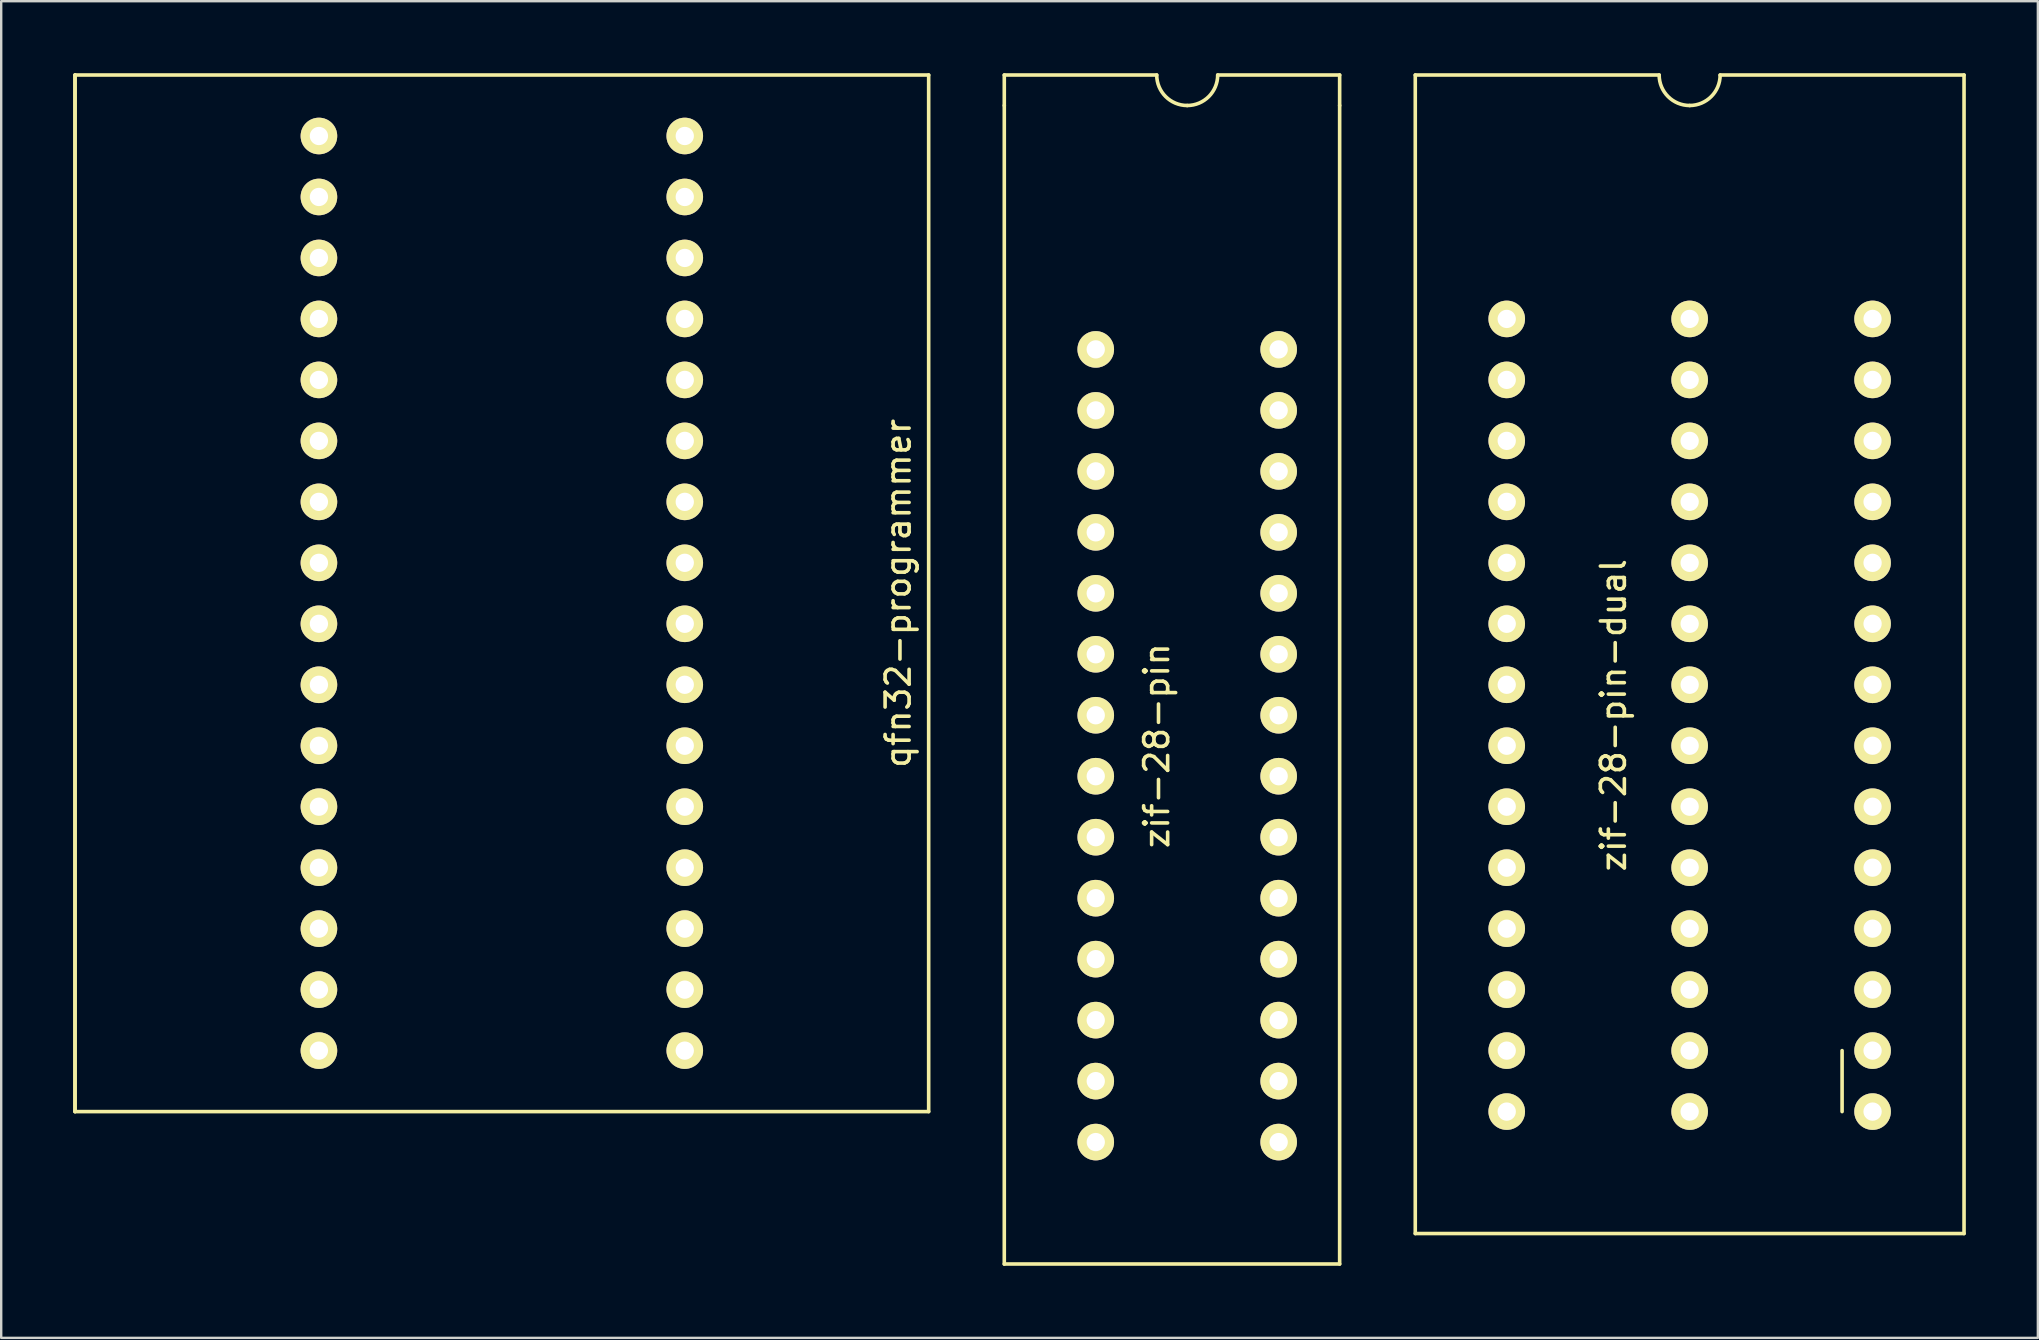
<source format=kicad_pcb>
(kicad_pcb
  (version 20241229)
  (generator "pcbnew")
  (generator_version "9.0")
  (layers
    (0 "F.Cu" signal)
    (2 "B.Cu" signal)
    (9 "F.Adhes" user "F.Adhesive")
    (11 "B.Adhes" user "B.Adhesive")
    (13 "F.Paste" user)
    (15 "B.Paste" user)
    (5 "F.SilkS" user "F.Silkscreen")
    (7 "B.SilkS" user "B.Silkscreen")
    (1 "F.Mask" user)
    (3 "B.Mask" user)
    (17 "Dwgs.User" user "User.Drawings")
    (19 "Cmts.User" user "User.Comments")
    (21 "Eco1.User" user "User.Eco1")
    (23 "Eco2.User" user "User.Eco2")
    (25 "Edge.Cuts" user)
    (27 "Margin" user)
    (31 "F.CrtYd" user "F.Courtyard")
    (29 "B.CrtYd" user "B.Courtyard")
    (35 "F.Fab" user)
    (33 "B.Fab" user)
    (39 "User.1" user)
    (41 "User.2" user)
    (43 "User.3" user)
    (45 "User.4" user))
  (footprint "zif-28-pin-dual"
    (layer "F.Cu")
    (at 67.335 26.745)
    (property "Reference" "zif-28-pin-dual" (at -3.175 0 270) (layer "F.SilkS") (effects (font (size 1 1) (thickness 0.15))))
    (attr through_hole)
    (fp_line (start -11.43 -26.67) (end -11.43 21.59) (stroke (width 0.15) (type solid)) (layer "F.SilkS"))
    (fp_line (start -11.43 -26.67) (end -1.27 -26.67) (stroke (width 0.15) (type solid)) (layer "F.SilkS"))
    (fp_line (start 1.27 -26.67) (end 11.43 -26.67) (stroke (width 0.15) (type solid)) (layer "F.SilkS"))
    (fp_line (start 6.35 13.97) (end 6.35 16.51) (stroke (width 0.15) (type solid)) (layer "F.SilkS"))
    (fp_line (start 11.43 -26.67) (end 11.43 21.59) (stroke (width 0.15) (type solid)) (layer "F.SilkS"))
    (fp_line (start 11.43 21.59) (end -11.43 21.59) (stroke (width 0.15) (type solid)) (layer "F.SilkS"))
    (fp_arc (start 0 -25.4) (mid -0.898026 -25.771974) (end -1.27 -26.67) (stroke (width 0.15) (type solid)) (layer "F.SilkS"))
    (fp_arc (start 1.27 -26.67) (mid 0.898026 -25.771974) (end 0 -25.4) (stroke (width 0.15) (type solid)) (layer "F.SilkS"))
    (pad "1" thru_hole circle (at -7.62 -16.51) (size 1.524 1.524) (drill 0.762) (layers "*.Cu" "*.Mask" "F.SilkS"))
    (pad "2" thru_hole circle (at -7.62 -13.97) (size 1.524 1.524) (drill 0.762) (layers "*.Cu" "*.Mask" "F.SilkS"))
    (pad "3" thru_hole circle (at -7.62 -11.43) (size 1.524 1.524) (drill 0.762) (layers "*.Cu" "*.Mask" "F.SilkS"))
    (pad "4" thru_hole circle (at -7.62 -8.89) (size 1.524 1.524) (drill 0.762) (layers "*.Cu" "*.Mask" "F.SilkS"))
    (pad "5" thru_hole circle (at -7.62 -6.35) (size 1.524 1.524) (drill 0.762) (layers "*.Cu" "*.Mask" "F.SilkS"))
    (pad "6" thru_hole circle (at -7.62 -3.81) (size 1.524 1.524) (drill 0.762) (layers "*.Cu" "*.Mask" "F.SilkS"))
    (pad "7" thru_hole circle (at -7.62 -1.27) (size 1.524 1.524) (drill 0.762) (layers "*.Cu" "*.Mask" "F.SilkS"))
    (pad "8" thru_hole circle (at -7.62 1.27) (size 1.524 1.524) (drill 0.762) (layers "*.Cu" "*.Mask" "F.SilkS"))
    (pad "9" thru_hole circle (at -7.62 3.81) (size 1.524 1.524) (drill 0.762) (layers "*.Cu" "*.Mask" "F.SilkS"))
    (pad "10" thru_hole circle (at -7.62 6.35) (size 1.524 1.524) (drill 0.762) (layers "*.Cu" "*.Mask" "F.SilkS"))
    (pad "11" thru_hole circle (at -7.62 8.89) (size 1.524 1.524) (drill 0.762) (layers "*.Cu" "*.Mask" "F.SilkS"))
    (pad "12" thru_hole circle (at -7.62 11.43) (size 1.524 1.524) (drill 0.762) (layers "*.Cu" "*.Mask" "F.SilkS"))
    (pad "13" thru_hole circle (at -7.62 13.97) (size 1.524 1.524) (drill 0.762) (layers "*.Cu" "*.Mask" "F.SilkS"))
    (pad "14" thru_hole circle (at -7.62 16.51 180) (size 1.524 1.524) (drill 0.762) (layers "*.Cu" "*.Mask" "F.SilkS"))
    (pad "15" thru_hole circle (at 0 16.51 180) (size 1.524 1.524) (drill 0.762) (layers "*.Cu" "*.Mask" "F.SilkS"))
    (pad "15" thru_hole circle (at 7.62 16.51 180) (size 1.524 1.524) (drill 0.762) (layers "*.Cu" "*.Mask" "F.SilkS"))
    (pad "16" thru_hole circle (at 0 13.97 180) (size 1.524 1.524) (drill 0.762) (layers "*.Cu" "*.Mask" "F.SilkS"))
    (pad "16" thru_hole circle (at 7.62 13.97 180) (size 1.524 1.524) (drill 0.762) (layers "*.Cu" "*.Mask" "F.SilkS"))
    (pad "17" thru_hole circle (at 0 11.43 180) (size 1.524 1.524) (drill 0.762) (layers "*.Cu" "*.Mask" "F.SilkS"))
    (pad "17" thru_hole circle (at 7.62 11.43 180) (size 1.524 1.524) (drill 0.762) (layers "*.Cu" "*.Mask" "F.SilkS"))
    (pad "18" thru_hole circle (at 0 8.89 180) (size 1.524 1.524) (drill 0.762) (layers "*.Cu" "*.Mask" "F.SilkS"))
    (pad "18" thru_hole circle (at 7.62 8.89 180) (size 1.524 1.524) (drill 0.762) (layers "*.Cu" "*.Mask" "F.SilkS"))
    (pad "19" thru_hole circle (at 0 6.35 180) (size 1.524 1.524) (drill 0.762) (layers "*.Cu" "*.Mask" "F.SilkS"))
    (pad "19" thru_hole circle (at 7.62 6.35 180) (size 1.524 1.524) (drill 0.762) (layers "*.Cu" "*.Mask" "F.SilkS"))
    (pad "20" thru_hole circle (at 0 3.81 180) (size 1.524 1.524) (drill 0.762) (layers "*.Cu" "*.Mask" "F.SilkS"))
    (pad "20" thru_hole circle (at 7.62 3.81 180) (size 1.524 1.524) (drill 0.762) (layers "*.Cu" "*.Mask" "F.SilkS"))
    (pad "21" thru_hole circle (at 0 1.27) (size 1.524 1.524) (drill 0.762) (layers "*.Cu" "*.Mask" "F.SilkS"))
    (pad "21" thru_hole circle (at 7.62 1.27) (size 1.524 1.524) (drill 0.762) (layers "*.Cu" "*.Mask" "F.SilkS"))
    (pad "22" thru_hole circle (at 0 -1.27) (size 1.524 1.524) (drill 0.762) (layers "*.Cu" "*.Mask" "F.SilkS"))
    (pad "22" thru_hole circle (at 7.62 -1.27) (size 1.524 1.524) (drill 0.762) (layers "*.Cu" "*.Mask" "F.SilkS"))
    (pad "23" thru_hole circle (at 0 -3.81) (size 1.524 1.524) (drill 0.762) (layers "*.Cu" "*.Mask" "F.SilkS"))
    (pad "23" thru_hole circle (at 7.62 -3.81) (size 1.524 1.524) (drill 0.762) (layers "*.Cu" "*.Mask" "F.SilkS"))
    (pad "24" thru_hole circle (at 0 -6.35) (size 1.524 1.524) (drill 0.762) (layers "*.Cu" "*.Mask" "F.SilkS"))
    (pad "24" thru_hole circle (at 7.62 -6.35) (size 1.524 1.524) (drill 0.762) (layers "*.Cu" "*.Mask" "F.SilkS"))
    (pad "25" thru_hole circle (at 0 -8.89) (size 1.524 1.524) (drill 0.762) (layers "*.Cu" "*.Mask" "F.SilkS"))
    (pad "25" thru_hole circle (at 7.62 -8.89) (size 1.524 1.524) (drill 0.762) (layers "*.Cu" "*.Mask" "F.SilkS"))
    (pad "26" thru_hole circle (at 0 -11.43) (size 1.524 1.524) (drill 0.762) (layers "*.Cu" "*.Mask" "F.SilkS"))
    (pad "26" thru_hole circle (at 7.62 -11.43) (size 1.524 1.524) (drill 0.762) (layers "*.Cu" "*.Mask" "F.SilkS"))
    (pad "27" thru_hole circle (at 0 -13.97) (size 1.524 1.524) (drill 0.762) (layers "*.Cu" "*.Mask" "F.SilkS"))
    (pad "27" thru_hole circle (at 7.62 -13.97) (size 1.524 1.524) (drill 0.762) (layers "*.Cu" "*.Mask" "F.SilkS"))
    (pad "28" thru_hole circle (at 0 -16.51) (size 1.524 1.524) (drill 0.762) (layers "*.Cu" "*.Mask" "F.SilkS"))
    (pad "28" thru_hole circle (at 7.62 -16.51) (size 1.524 1.524) (drill 0.762) (layers "*.Cu" "*.Mask" "F.SilkS")))
  (footprint "zif-28-pin"
    (layer "F.Cu")
    (at 50.215 28.015)
    (property "Reference" "zif-28-pin" (at -5.08 0 270) (layer "F.SilkS") (effects (font (size 1 1) (thickness 0.15))))
    (attr through_hole)
    (fp_line (start -11.43 -27.94) (end -11.43 -26.67) (stroke (width 0.15) (type solid)) (layer "F.SilkS"))
    (fp_line (start -11.43 -26.67) (end -11.43 21.59) (stroke (width 0.15) (type solid)) (layer "F.SilkS"))
    (fp_line (start -5.08 -27.94) (end -11.43 -27.94) (stroke (width 0.15) (type solid)) (layer "F.SilkS"))
    (fp_line (start -2.54 -27.94) (end 2.54 -27.94) (stroke (width 0.15) (type solid)) (layer "F.SilkS"))
    (fp_line (start 2.54 -27.94) (end 2.54 -26.67) (stroke (width 0.15) (type solid)) (layer "F.SilkS"))
    (fp_line (start 2.54 -26.67) (end 2.54 21.59) (stroke (width 0.15) (type solid)) (layer "F.SilkS"))
    (fp_line (start 2.54 21.59) (end -11.43 21.59) (stroke (width 0.15) (type solid)) (layer "F.SilkS"))
    (fp_arc (start -3.81 -26.67) (mid -4.708026 -27.041974) (end -5.08 -27.94) (stroke (width 0.15) (type solid)) (layer "F.SilkS"))
    (fp_arc (start -2.54 -27.94) (mid -2.911974 -27.041974) (end -3.81 -26.67) (stroke (width 0.15) (type solid)) (layer "F.SilkS"))
    (pad "1" thru_hole circle (at -7.62 -16.51) (size 1.524 1.524) (drill 0.762) (layers "*.Cu" "*.Mask" "F.SilkS"))
    (pad "2" thru_hole circle (at -7.62 -13.97) (size 1.524 1.524) (drill 0.762) (layers "*.Cu" "*.Mask" "F.SilkS"))
    (pad "3" thru_hole circle (at -7.62 -11.43) (size 1.524 1.524) (drill 0.762) (layers "*.Cu" "*.Mask" "F.SilkS"))
    (pad "4" thru_hole circle (at -7.62 -8.89) (size 1.524 1.524) (drill 0.762) (layers "*.Cu" "*.Mask" "F.SilkS"))
    (pad "5" thru_hole circle (at -7.62 -6.35) (size 1.524 1.524) (drill 0.762) (layers "*.Cu" "*.Mask" "F.SilkS"))
    (pad "6" thru_hole circle (at -7.62 -3.81) (size 1.524 1.524) (drill 0.762) (layers "*.Cu" "*.Mask" "F.SilkS"))
    (pad "7" thru_hole circle (at -7.62 -1.27) (size 1.524 1.524) (drill 0.762) (layers "*.Cu" "*.Mask" "F.SilkS"))
    (pad "8" thru_hole circle (at -7.62 1.27) (size 1.524 1.524) (drill 0.762) (layers "*.Cu" "*.Mask" "F.SilkS"))
    (pad "9" thru_hole circle (at -7.62 3.81) (size 1.524 1.524) (drill 0.762) (layers "*.Cu" "*.Mask" "F.SilkS"))
    (pad "10" thru_hole circle (at -7.62 6.35) (size 1.524 1.524) (drill 0.762) (layers "*.Cu" "*.Mask" "F.SilkS"))
    (pad "11" thru_hole circle (at -7.62 8.89) (size 1.524 1.524) (drill 0.762) (layers "*.Cu" "*.Mask" "F.SilkS"))
    (pad "12" thru_hole circle (at -7.62 11.43) (size 1.524 1.524) (drill 0.762) (layers "*.Cu" "*.Mask" "F.SilkS"))
    (pad "13" thru_hole circle (at -7.62 13.97) (size 1.524 1.524) (drill 0.762) (layers "*.Cu" "*.Mask" "F.SilkS"))
    (pad "14" thru_hole circle (at -7.62 16.51 180) (size 1.524 1.524) (drill 0.762) (layers "*.Cu" "*.Mask" "F.SilkS"))
    (pad "15" thru_hole circle (at 0 16.51 180) (size 1.524 1.524) (drill 0.762) (layers "*.Cu" "*.Mask" "F.SilkS"))
    (pad "16" thru_hole circle (at 0 13.97 180) (size 1.524 1.524) (drill 0.762) (layers "*.Cu" "*.Mask" "F.SilkS"))
    (pad "17" thru_hole circle (at 0 11.43 180) (size 1.524 1.524) (drill 0.762) (layers "*.Cu" "*.Mask" "F.SilkS"))
    (pad "18" thru_hole circle (at 0 8.89 180) (size 1.524 1.524) (drill 0.762) (layers "*.Cu" "*.Mask" "F.SilkS"))
    (pad "19" thru_hole circle (at 0 6.35 180) (size 1.524 1.524) (drill 0.762) (layers "*.Cu" "*.Mask" "F.SilkS"))
    (pad "20" thru_hole circle (at 0 3.81 180) (size 1.524 1.524) (drill 0.762) (layers "*.Cu" "*.Mask" "F.SilkS"))
    (pad "21" thru_hole circle (at 0 1.27) (size 1.524 1.524) (drill 0.762) (layers "*.Cu" "*.Mask" "F.SilkS"))
    (pad "22" thru_hole circle (at 0 -1.27) (size 1.524 1.524) (drill 0.762) (layers "*.Cu" "*.Mask" "F.SilkS"))
    (pad "23" thru_hole circle (at 0 -3.81) (size 1.524 1.524) (drill 0.762) (layers "*.Cu" "*.Mask" "F.SilkS"))
    (pad "24" thru_hole circle (at 0 -6.35) (size 1.524 1.524) (drill 0.762) (layers "*.Cu" "*.Mask" "F.SilkS"))
    (pad "25" thru_hole circle (at 0 -8.89) (size 1.524 1.524) (drill 0.762) (layers "*.Cu" "*.Mask" "F.SilkS"))
    (pad "26" thru_hole circle (at 0 -11.43) (size 1.524 1.524) (drill 0.762) (layers "*.Cu" "*.Mask" "F.SilkS"))
    (pad "27" thru_hole circle (at 0 -13.97) (size 1.524 1.524) (drill 0.762) (layers "*.Cu" "*.Mask" "F.SilkS"))
    (pad "28" thru_hole circle (at 0 -16.51) (size 1.524 1.524) (drill 0.762) (layers "*.Cu" "*.Mask" "F.SilkS")))
  (footprint "qfn32-programmer"
    (layer "F.Cu")
    (at 19.125 21.665)
    (property "Reference" "qfn32-programmer" (at 15.24 0 90) (layer "F.SilkS") (effects (font (size 1 1) (thickness 0.15))))
    (attr through_hole)
    (fp_line (start -19.05 -21.59) (end -19.05 21.59) (stroke (width 0.15) (type solid)) (layer "F.SilkS"))
    (fp_line (start -19.05 21.59) (end -19.05 -21.59) (stroke (width 0.15) (type solid)) (layer "F.SilkS"))
    (fp_line (start 16.51 -21.59) (end -19.05 -21.59) (stroke (width 0.15) (type solid)) (layer "F.SilkS"))
    (fp_line (start 16.51 -21.59) (end 16.51 21.59) (stroke (width 0.15) (type solid)) (layer "F.SilkS"))
    (fp_line (start 16.51 21.59) (end -19.05 21.59) (stroke (width 0.15) (type solid)) (layer "F.SilkS"))
    (pad "1" thru_hole circle (at -8.89 -19.05) (size 1.524 1.524) (drill 0.762) (layers "*.Cu" "*.Mask" "F.SilkS"))
    (pad "2" thru_hole circle (at -8.89 -16.51) (size 1.524 1.524) (drill 0.762) (layers "*.Cu" "*.Mask" "F.SilkS"))
    (pad "3" thru_hole circle (at -8.89 -13.97) (size 1.524 1.524) (drill 0.762) (layers "*.Cu" "*.Mask" "F.SilkS"))
    (pad "4" thru_hole circle (at -8.89 -11.43) (size 1.524 1.524) (drill 0.762) (layers "*.Cu" "*.Mask" "F.SilkS"))
    (pad "5" thru_hole circle (at -8.89 -8.89) (size 1.524 1.524) (drill 0.762) (layers "*.Cu" "*.Mask" "F.SilkS"))
    (pad "6" thru_hole circle (at -8.89 -6.35) (size 1.524 1.524) (drill 0.762) (layers "*.Cu" "*.Mask" "F.SilkS"))
    (pad "7" thru_hole circle (at -8.89 -3.81) (size 1.524 1.524) (drill 0.762) (layers "*.Cu" "*.Mask" "F.SilkS"))
    (pad "8" thru_hole circle (at -8.89 -1.27) (size 1.524 1.524) (drill 0.762) (layers "*.Cu" "*.Mask" "F.SilkS"))
    (pad "9" thru_hole circle (at -8.89 1.27) (size 1.524 1.524) (drill 0.762) (layers "*.Cu" "*.Mask" "F.SilkS"))
    (pad "10" thru_hole circle (at -8.89 3.81) (size 1.524 1.524) (drill 0.762) (layers "*.Cu" "*.Mask" "F.SilkS"))
    (pad "11" thru_hole circle (at -8.89 6.35) (size 1.524 1.524) (drill 0.762) (layers "*.Cu" "*.Mask" "F.SilkS"))
    (pad "12" thru_hole circle (at -8.89 8.89) (size 1.524 1.524) (drill 0.762) (layers "*.Cu" "*.Mask" "F.SilkS"))
    (pad "13" thru_hole circle (at -8.89 11.43) (size 1.524 1.524) (drill 0.762) (layers "*.Cu" "*.Mask" "F.SilkS"))
    (pad "14" thru_hole circle (at -8.89 13.97) (size 1.524 1.524) (drill 0.762) (layers "*.Cu" "*.Mask" "F.SilkS"))
    (pad "15" thru_hole circle (at -8.89 16.51) (size 1.524 1.524) (drill 0.762) (layers "*.Cu" "*.Mask" "F.SilkS"))
    (pad "16" thru_hole circle (at -8.89 19.05) (size 1.524 1.524) (drill 0.762) (layers "*.Cu" "*.Mask" "F.SilkS"))
    (pad "17" thru_hole circle (at 6.35 19.05) (size 1.524 1.524) (drill 0.762) (layers "*.Cu" "*.Mask" "F.SilkS"))
    (pad "18" thru_hole circle (at 6.35 16.51) (size 1.524 1.524) (drill 0.762) (layers "*.Cu" "*.Mask" "F.SilkS"))
    (pad "19" thru_hole circle (at 6.35 13.97) (size 1.524 1.524) (drill 0.762) (layers "*.Cu" "*.Mask" "F.SilkS"))
    (pad "20" thru_hole circle (at 6.35 11.43) (size 1.524 1.524) (drill 0.762) (layers "*.Cu" "*.Mask" "F.SilkS"))
    (pad "21" thru_hole circle (at 6.35 8.89) (size 1.524 1.524) (drill 0.762) (layers "*.Cu" "*.Mask" "F.SilkS"))
    (pad "22" thru_hole circle (at 6.35 6.35) (size 1.524 1.524) (drill 0.762) (layers "*.Cu" "*.Mask" "F.SilkS"))
    (pad "23" thru_hole circle (at 6.35 3.81) (size 1.524 1.524) (drill 0.762) (layers "*.Cu" "*.Mask" "F.SilkS"))
    (pad "24" thru_hole circle (at 6.35 1.27) (size 1.524 1.524) (drill 0.762) (layers "*.Cu" "*.Mask" "F.SilkS"))
    (pad "25" thru_hole circle (at 6.35 -1.27) (size 1.524 1.524) (drill 0.762) (layers "*.Cu" "*.Mask" "F.SilkS"))
    (pad "26" thru_hole circle (at 6.35 -3.81) (size 1.524 1.524) (drill 0.762) (layers "*.Cu" "*.Mask" "F.SilkS"))
    (pad "27" thru_hole circle (at 6.35 -6.35) (size 1.524 1.524) (drill 0.762) (layers "*.Cu" "*.Mask" "F.SilkS"))
    (pad "28" thru_hole circle (at 6.35 -8.89) (size 1.524 1.524) (drill 0.762) (layers "*.Cu" "*.Mask" "F.SilkS"))
    (pad "29" thru_hole circle (at 6.35 -11.43) (size 1.524 1.524) (drill 0.762) (layers "*.Cu" "*.Mask" "F.SilkS"))
    (pad "30" thru_hole circle (at 6.35 -13.97) (size 1.524 1.524) (drill 0.762) (layers "*.Cu" "*.Mask" "F.SilkS"))
    (pad "31" thru_hole circle (at 6.35 -16.51) (size 1.524 1.524) (drill 0.762) (layers "*.Cu" "*.Mask" "F.SilkS"))
    (pad "32" thru_hole circle (at 6.35 -19.05) (size 1.524 1.524) (drill 0.762) (layers "*.Cu" "*.Mask" "F.SilkS")))
  (gr_rect
    (start -3 -3)
    (end 81.84 52.68)
    (stroke (width 0.1) (type default))
    (fill no)
    (layer "Edge.Cuts")))
</source>
